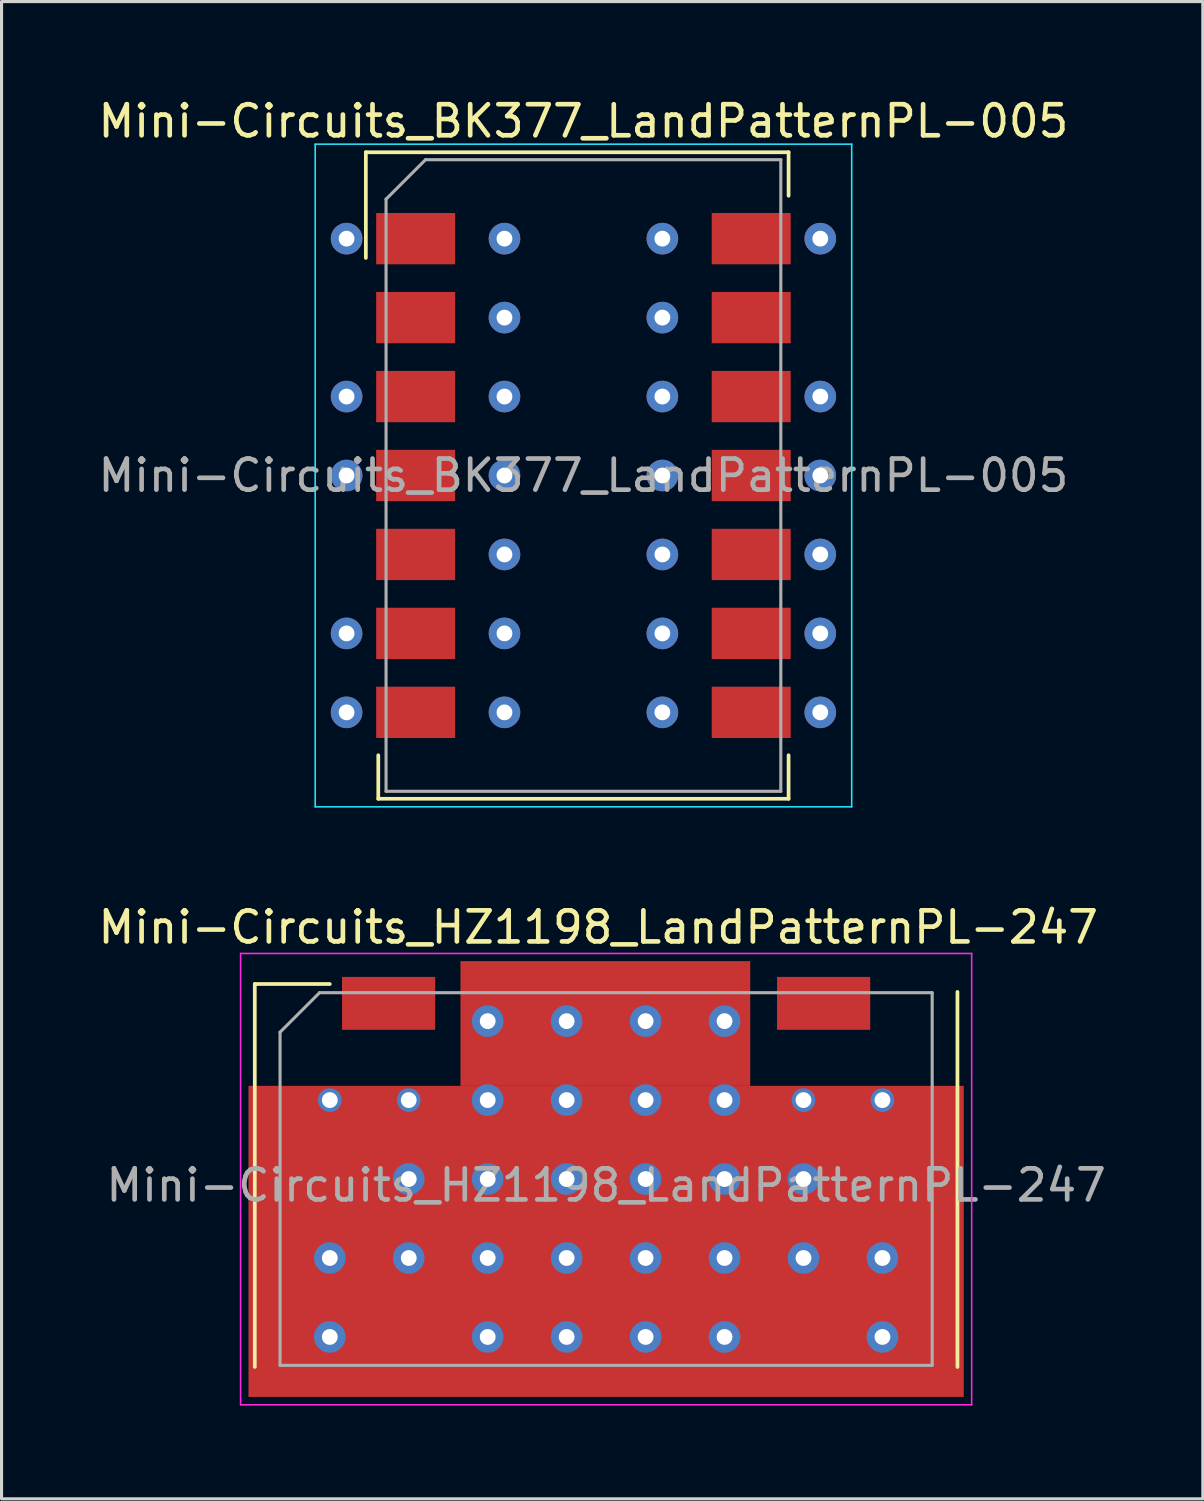
<source format=kicad_pcb>
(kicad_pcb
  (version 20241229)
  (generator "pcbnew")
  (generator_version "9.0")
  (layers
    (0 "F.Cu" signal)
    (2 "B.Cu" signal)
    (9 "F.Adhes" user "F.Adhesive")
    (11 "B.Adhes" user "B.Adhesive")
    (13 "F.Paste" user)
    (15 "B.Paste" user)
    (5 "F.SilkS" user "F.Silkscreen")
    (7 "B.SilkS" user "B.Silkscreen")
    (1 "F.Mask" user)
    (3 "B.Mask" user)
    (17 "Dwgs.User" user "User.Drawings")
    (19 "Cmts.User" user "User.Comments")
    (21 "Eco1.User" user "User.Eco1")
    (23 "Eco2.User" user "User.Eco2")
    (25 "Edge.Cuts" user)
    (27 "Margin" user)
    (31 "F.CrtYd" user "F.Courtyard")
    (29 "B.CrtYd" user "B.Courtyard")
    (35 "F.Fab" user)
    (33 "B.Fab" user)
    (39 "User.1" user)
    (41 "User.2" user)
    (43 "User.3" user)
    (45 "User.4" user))
  (footprint "Mini-Circuits_BK377_LandPatternPL-005"
    (layer "F.Cu")
    (at 15.72 12.248)
    (property "Reference" "Mini-Circuits_BK377_LandPatternPL-005" (at 0 -11.4 0) (layer "F.SilkS") (effects (font (size 1 1) (thickness 0.15))))
    (attr smd)
    (fp_line (start -7 -10.4) (end 6.6 -10.4) (stroke (width 0.12) (type solid)) (layer "F.SilkS"))
    (fp_line (start -7 -7) (end -7 -10.4) (stroke (width 0.12) (type solid)) (layer "F.SilkS"))
    (fp_line (start -6.6 9) (end -6.6 10.4) (stroke (width 0.12) (type solid)) (layer "F.SilkS"))
    (fp_line (start -6.6 10.4) (end 6.6 10.4) (stroke (width 0.12) (type solid)) (layer "F.SilkS"))
    (fp_line (start 6.6 -10.4) (end 6.6 -9) (stroke (width 0.12) (type solid)) (layer "F.SilkS"))
    (fp_line (start 6.6 10.4) (end 6.6 9) (stroke (width 0.12) (type solid)) (layer "F.SilkS"))
    (fp_line (start -8.63 -10.66) (end 8.63 -10.66) (stroke (width 0.05) (type solid)) (layer "B.CrtYd"))
    (fp_line (start -8.63 10.66) (end -8.63 -10.66) (stroke (width 0.05) (type solid)) (layer "B.CrtYd"))
    (fp_line (start 8.63 -10.66) (end 8.63 10.66) (stroke (width 0.05) (type solid)) (layer "B.CrtYd"))
    (fp_line (start 8.63 10.66) (end -8.63 10.66) (stroke (width 0.05) (type solid)) (layer "B.CrtYd"))
    (fp_line (start -6.35 -8.89) (end -6.35 10.16) (stroke (width 0.1) (type solid)) (layer "F.Fab"))
    (fp_line (start -6.35 10.16) (end 6.35 10.16) (stroke (width 0.1) (type solid)) (layer "F.Fab"))
    (fp_line (start -5.08 -10.16) (end -6.35 -8.89) (stroke (width 0.1) (type solid)) (layer "F.Fab"))
    (fp_line (start 6.35 -10.16) (end -5.08 -10.16) (stroke (width 0.1) (type solid)) (layer "F.Fab"))
    (fp_line (start 6.35 10.16) (end 6.35 -10.16) (stroke (width 0.1) (type solid)) (layer "F.Fab"))
    (fp_text user "${REFERENCE}" (at 0 0 0) (layer "F.Fab") (effects (font (size 1 1) (thickness 0.15))))
    (pad "1" thru_hole circle (at -7.62 -7.62) (size 1.016 1.016) (drill 0.508) (layers "*.Cu"))
    (pad "1" thru_hole circle (at -7.62 -2.54) (size 1.016 1.016) (drill 0.508) (layers "*.Cu"))
    (pad "1" thru_hole circle (at -7.62 0) (size 1.016 1.016) (drill 0.508) (layers "*.Cu"))
    (pad "1" thru_hole circle (at -7.62 5.08) (size 1.016 1.016) (drill 0.508) (layers "*.Cu"))
    (pad "1" thru_hole circle (at -7.62 7.62) (size 1.016 1.016) (drill 0.508) (layers "*.Cu"))
    (pad "1" smd rect (at -6.668 -7.62) (size 2.54 1.651) (drill (offset 1.27 0)) (layers "F.Cu" "F.Mask" "F.Paste"))
    (pad "1" thru_hole circle (at -2.54 -7.62) (size 1.016 1.016) (drill 0.508) (layers "*.Cu"))
    (pad "1" thru_hole circle (at -2.54 -5.08) (size 1.016 1.016) (drill 0.508) (layers "*.Cu"))
    (pad "1" thru_hole circle (at -2.54 -2.54) (size 1.016 1.016) (drill 0.508) (layers "*.Cu"))
    (pad "1" thru_hole circle (at -2.54 0) (size 1.016 1.016) (drill 0.508) (layers "*.Cu"))
    (pad "1" thru_hole circle (at -2.54 2.54) (size 1.016 1.016) (drill 0.508) (layers "*.Cu"))
    (pad "1" thru_hole circle (at -2.54 5.08) (size 1.016 1.016) (drill 0.508) (layers "*.Cu"))
    (pad "1" thru_hole circle (at -2.54 7.62) (size 1.016 1.016) (drill 0.508) (layers "*.Cu"))
    (pad "1" thru_hole circle (at 2.54 -7.62) (size 1.016 1.016) (drill 0.508) (layers "*.Cu"))
    (pad "1" thru_hole circle (at 2.54 -5.08) (size 1.016 1.016) (drill 0.508) (layers "*.Cu"))
    (pad "1" thru_hole circle (at 2.54 -2.54) (size 1.016 1.016) (drill 0.508) (layers "*.Cu"))
    (pad "1" thru_hole circle (at 2.54 0) (size 1.016 1.016) (drill 0.508) (layers "*.Cu"))
    (pad "1" thru_hole circle (at 2.54 2.54) (size 1.016 1.016) (drill 0.508) (layers "*.Cu"))
    (pad "1" thru_hole circle (at 2.54 5.08) (size 1.016 1.016) (drill 0.508) (layers "*.Cu"))
    (pad "1" thru_hole circle (at 2.54 7.62) (size 1.016 1.016) (drill 0.508) (layers "*.Cu"))
    (pad "1" thru_hole circle (at 7.62 -7.62) (size 1.016 1.016) (drill 0.508) (layers "*.Cu"))
    (pad "1" thru_hole circle (at 7.62 -2.54) (size 1.016 1.016) (drill 0.508) (layers "*.Cu"))
    (pad "1" thru_hole circle (at 7.62 0) (size 1.016 1.016) (drill 0.508) (layers "*.Cu"))
    (pad "1" thru_hole circle (at 7.62 2.54) (size 1.016 1.016) (drill 0.508) (layers "*.Cu"))
    (pad "1" thru_hole circle (at 7.62 5.08) (size 1.016 1.016) (drill 0.508) (layers "*.Cu"))
    (pad "1" thru_hole circle (at 7.62 7.62) (size 1.016 1.016) (drill 0.508) (layers "*.Cu"))
    (pad "2" smd rect (at -6.668 -5.08) (size 2.54 1.651) (drill (offset 1.27 0)) (layers "F.Cu" "F.Mask" "F.Paste"))
    (pad "3" smd rect (at -6.668 -2.54) (size 2.54 1.651) (drill (offset 1.27 0)) (layers "F.Cu" "F.Mask" "F.Paste"))
    (pad "4" smd rect (at -6.668 0) (size 2.54 1.651) (drill (offset 1.27 0)) (layers "F.Cu" "F.Mask" "F.Paste"))
    (pad "5" smd rect (at -6.668 2.54) (size 2.54 1.651) (drill (offset 1.27 0)) (layers "F.Cu" "F.Mask" "F.Paste"))
    (pad "6" smd rect (at -6.668 5.08) (size 2.54 1.651) (drill (offset 1.27 0)) (layers "F.Cu" "F.Mask" "F.Paste"))
    (pad "7" smd rect (at -6.668 7.62) (size 2.54 1.651) (drill (offset 1.27 0)) (layers "F.Cu" "F.Mask" "F.Paste"))
    (pad "8" smd rect (at 6.668 7.62) (size 2.54 1.651) (drill (offset -1.27 0)) (layers "F.Cu" "F.Mask" "F.Paste"))
    (pad "9" smd rect (at 6.668 5.08) (size 2.54 1.651) (drill (offset -1.27 0)) (layers "F.Cu" "F.Mask" "F.Paste"))
    (pad "10" smd rect (at 6.668 2.54) (size 2.54 1.651) (drill (offset -1.27 0)) (layers "F.Cu" "F.Mask" "F.Paste"))
    (pad "11" smd rect (at 6.668 0) (size 2.54 1.651) (drill (offset -1.27 0)) (layers "F.Cu" "F.Mask" "F.Paste"))
    (pad "12" smd rect (at 6.668 -2.54) (size 2.54 1.651) (drill (offset -1.27 0)) (layers "F.Cu" "F.Mask" "F.Paste"))
    (pad "13" smd rect (at 6.668 -5.08) (size 2.54 1.651) (drill (offset -1.27 0)) (layers "F.Cu" "F.Mask" "F.Paste"))
    (pad "14" smd rect (at 6.668 -7.62) (size 2.54 1.651) (drill (offset -1.27 0)) (layers "F.Cu" "F.Mask" "F.Paste")))
  (footprint "Mini-Circuits_HZ1198_LandPatternPL-247"
    (layer "F.Cu")
    (at 16.45 35.085)
    (property "Reference" "Mini-Circuits_HZ1198_LandPatternPL-247" (at -0.254 -8.303 0) (layer "F.SilkS") (effects (font (size 1 1) (thickness 0.15))))
    (attr smd)
    (fp_line (start -11.303 -6.477) (end -11.303 5.842) (stroke (width 0.12) (type solid)) (layer "F.SilkS"))
    (fp_line (start -8.89 -6.477) (end -11.303 -6.477) (stroke (width 0.12) (type solid)) (layer "F.SilkS"))
    (fp_line (start 11.303 -6.223) (end 11.303 5.842) (stroke (width 0.12) (type solid)) (layer "F.SilkS"))
    (fp_line (start -11.76 -7.46) (end -11.76 7.06) (stroke (width 0.05) (type solid)) (layer "F.CrtYd"))
    (fp_line (start -11.76 -7.46) (end 11.76 -7.46) (stroke (width 0.05) (type solid)) (layer "F.CrtYd"))
    (fp_line (start 11.76 7.06) (end -11.76 7.06) (stroke (width 0.05) (type solid)) (layer "F.CrtYd"))
    (fp_line (start 11.76 7.06) (end 11.76 -7.46) (stroke (width 0.05) (type solid)) (layer "F.CrtYd"))
    (fp_line (start -10.49 -4.928) (end -9.22 -6.198) (stroke (width 0.1) (type solid)) (layer "F.Fab"))
    (fp_line (start -10.49 5.791) (end -10.49 -4.928) (stroke (width 0.1) (type solid)) (layer "F.Fab"))
    (fp_line (start -9.22 -6.198) (end 10.49 -6.198) (stroke (width 0.1) (type solid)) (layer "F.Fab"))
    (fp_line (start 10.49 -6.198) (end 10.49 5.791) (stroke (width 0.1) (type solid)) (layer "F.Fab"))
    (fp_line (start 10.49 5.791) (end -10.49 5.791) (stroke (width 0.1) (type solid)) (layer "F.Fab"))
    (fp_text user "${REFERENCE}" (at 0 -0.003 0) (layer "F.Fab") (effects (font (size 1 1) (thickness 0.15))))
    (pad "1" smd rect (at -6.998 -5.855) (size 2.997 1.702) (layers "F.Cu" "F.Mask" "F.Paste"))
    (pad "2" smd rect (at 6.998 -5.855) (size 2.997 1.702) (layers "F.Cu" "F.Mask" "F.Paste"))
    (pad "3" thru_hole circle (at -8.89 -2.743) (size 0.762 0.762) (drill 0.508) (layers "*.Cu"))
    (pad "3" thru_hole circle (at -8.89 2.337) (size 1.016 1.016) (drill 0.508) (layers "*.Cu"))
    (pad "3" thru_hole circle (at -8.89 4.877) (size 1.016 1.016) (drill 0.508) (layers "*.Cu"))
    (pad "3" thru_hole circle (at -6.35 -2.743) (size 0.762 0.762) (drill 0.508) (layers "*.Cu"))
    (pad "3" thru_hole circle (at -6.35 -0.203) (size 1.016 1.016) (drill 0.508) (layers "*.Cu"))
    (pad "3" thru_hole circle (at -6.35 2.337) (size 1.016 1.016) (drill 0.508) (layers "*.Cu"))
    (pad "3" thru_hole circle (at -3.81 -5.283) (size 1.016 1.016) (drill 0.508) (layers "*.Cu"))
    (pad "3" thru_hole circle (at -3.81 -2.743) (size 1.016 1.016) (drill 0.508) (layers "*.Cu"))
    (pad "3" thru_hole circle (at -3.81 -0.203) (size 1.016 1.016) (drill 0.508) (layers "*.Cu"))
    (pad "3" thru_hole circle (at -3.81 2.337) (size 1.016 1.016) (drill 0.508) (layers "*.Cu"))
    (pad "3" thru_hole circle (at -3.81 4.877) (size 1.016 1.016) (drill 0.508) (layers "*.Cu"))
    (pad "3" thru_hole circle (at -1.27 -5.283) (size 1.016 1.016) (drill 0.508) (layers "*.Cu"))
    (pad "3" thru_hole circle (at -1.27 -2.743) (size 1.016 1.016) (drill 0.508) (layers "*.Cu"))
    (pad "3" thru_hole circle (at -1.27 -0.203) (size 1.016 1.016) (drill 0.508) (layers "*.Cu"))
    (pad "3" thru_hole circle (at -1.27 2.337) (size 1.016 1.016) (drill 0.508) (layers "*.Cu"))
    (pad "3" thru_hole circle (at -1.27 4.877) (size 1.016 1.016) (drill 0.508) (layers "*.Cu"))
    (pad "3" smd rect (at -0.025 -5.207) (size 9.322 4.013) (layers "F.Cu"))
    (pad "3" smd rect (at 0 1.803) (size 23.012 10.008) (layers "F.Cu"))
    (pad "3" thru_hole circle (at 1.27 -5.283) (size 1.016 1.016) (drill 0.508) (layers "*.Cu"))
    (pad "3" thru_hole circle (at 1.27 -2.743) (size 1.016 1.016) (drill 0.508) (layers "*.Cu"))
    (pad "3" thru_hole circle (at 1.27 -0.203) (size 1.016 1.016) (drill 0.508) (layers "*.Cu"))
    (pad "3" thru_hole circle (at 1.27 2.337) (size 1.016 1.016) (drill 0.508) (layers "*.Cu"))
    (pad "3" thru_hole circle (at 1.27 4.877) (size 1.016 1.016) (drill 0.508) (layers "*.Cu"))
    (pad "3" thru_hole circle (at 3.81 -5.283) (size 1.016 1.016) (drill 0.508) (layers "*.Cu"))
    (pad "3" thru_hole circle (at 3.81 -2.743) (size 1.016 1.016) (drill 0.508) (layers "*.Cu"))
    (pad "3" thru_hole circle (at 3.81 -0.203) (size 1.016 1.016) (drill 0.508) (layers "*.Cu"))
    (pad "3" thru_hole circle (at 3.81 2.337) (size 1.016 1.016) (drill 0.508) (layers "*.Cu"))
    (pad "3" thru_hole circle (at 3.81 4.877) (size 1.016 1.016) (drill 0.508) (layers "*.Cu"))
    (pad "3" thru_hole circle (at 6.35 -2.743) (size 0.762 0.762) (drill 0.508) (layers "*.Cu"))
    (pad "3" thru_hole circle (at 6.35 -0.203) (size 1.016 1.016) (drill 0.508) (layers "*.Cu"))
    (pad "3" thru_hole circle (at 6.35 2.337) (size 1.016 1.016) (drill 0.508) (layers "*.Cu"))
    (pad "3" thru_hole circle (at 8.89 -2.743) (size 0.762 0.762) (drill 0.508) (layers "*.Cu"))
    (pad "3" thru_hole circle (at 8.89 2.337) (size 1.016 1.016) (drill 0.508) (layers "*.Cu"))
    (pad "3" thru_hole circle (at 8.89 4.877) (size 1.016 1.016) (drill 0.508) (layers "*.Cu"))
    (pad "3" smd rect (at 9.779 -0.203) (size 2.438 1.981) (layers "F.Cu" "F.Mask" "F.Paste"))
    (pad "4" smd rect (at 6.896 5.055) (size 1.981 2.489) (layers "F.Cu" "F.Mask" "F.Paste"))
    (pad "5" smd rect (at -6.896 5.055) (size 1.981 2.489) (layers "F.Cu" "F.Mask" "F.Paste"))
    (pad "6" smd rect (at -9.779 -0.203) (size 2.438 1.981) (layers "F.Cu" "F.Mask" "F.Paste")))
  (gr_rect
    (start -3 -3)
    (end 35.647 45.17)
    (stroke (width 0.1) (type default))
    (fill no)
    (layer "Edge.Cuts")))
</source>
